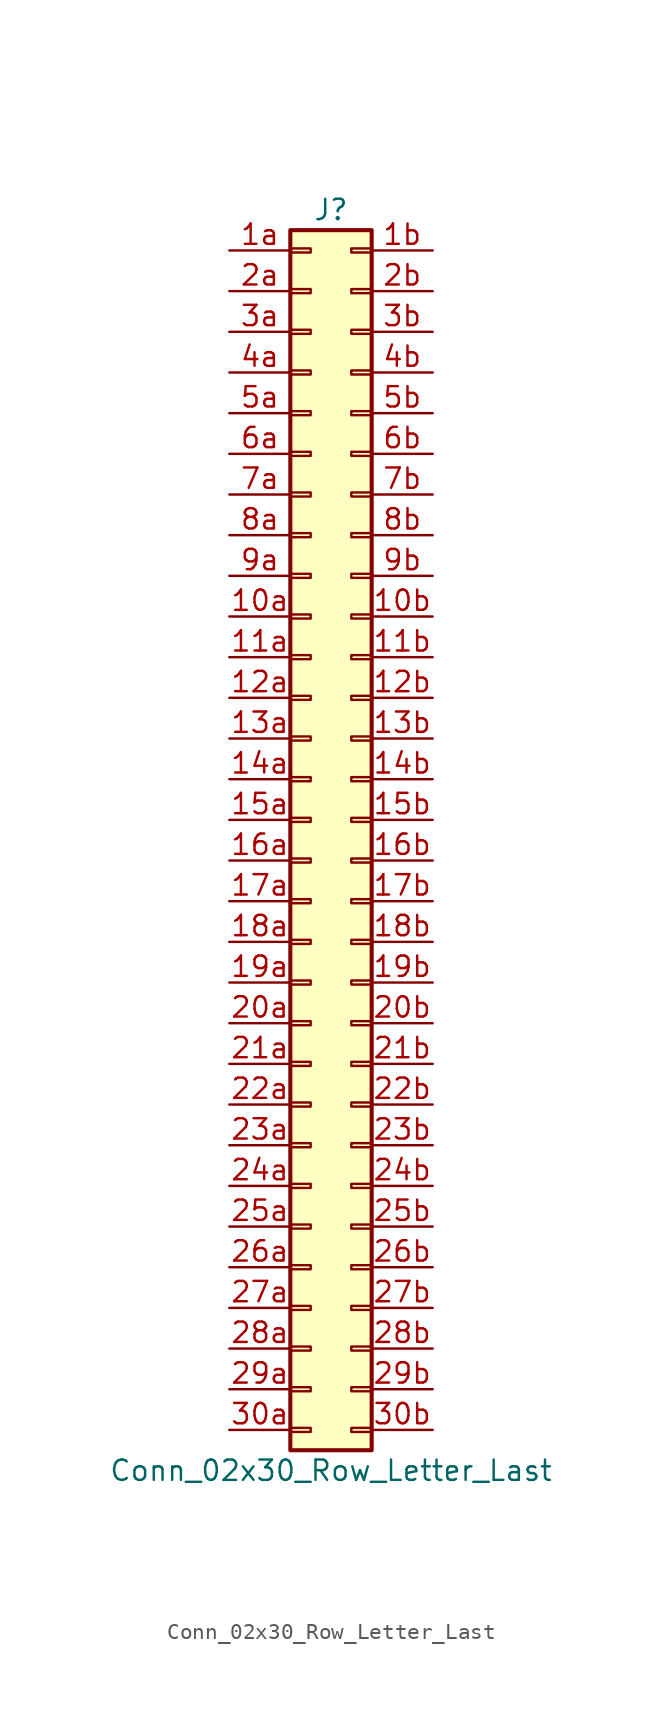
<source format=kicad_sym>
(kicad_symbol_lib
  (version 20201005)
  (generator kicad_symbol_editor)
  (symbol "Conn_02x30_Row_Letter_Last"
    (pin_names
      (offset 1.016) hide)
    (property "Reference" "J"
      (at 1.27 38.1 0)
      (effects (font (size 1.27 1.27))))
    (property "Value" "Conn_02x30_Row_Letter_Last"
      (at 1.27 -40.64 0)
      (effects (font (size 1.27 1.27))))
    (symbol "Conn_02x30_Row_Letter_Last_1_1"
      (rectangle (start -1.27 -37.973) (end 0 -38.227) (stroke (width 0.152)) (fill (type none)))
      (rectangle (start -1.27 -35.433) (end 0 -35.687) (stroke (width 0.152)) (fill (type none)))
      (rectangle (start -1.27 -32.893) (end 0 -33.147) (stroke (width 0.152)) (fill (type none)))
      (rectangle (start -1.27 -30.353) (end 0 -30.607) (stroke (width 0.152)) (fill (type none)))
      (rectangle (start -1.27 -27.813) (end 0 -28.067) (stroke (width 0.152)) (fill (type none)))
      (rectangle (start -1.27 -25.273) (end 0 -25.527) (stroke (width 0.152)) (fill (type none)))
      (rectangle (start -1.27 -22.733) (end 0 -22.987) (stroke (width 0.152)) (fill (type none)))
      (rectangle (start -1.27 -20.193) (end 0 -20.447) (stroke (width 0.152)) (fill (type none)))
      (rectangle (start -1.27 -17.653) (end 0 -17.907) (stroke (width 0.152)) (fill (type none)))
      (rectangle (start -1.27 -15.113) (end 0 -15.367) (stroke (width 0.152)) (fill (type none)))
      (rectangle (start -1.27 -12.573) (end 0 -12.827) (stroke (width 0.152)) (fill (type none)))
      (rectangle (start -1.27 -10.033) (end 0 -10.287) (stroke (width 0.152)) (fill (type none)))
      (rectangle (start -1.27 -7.493) (end 0 -7.747) (stroke (width 0.152)) (fill (type none)))
      (rectangle (start -1.27 -4.953) (end 0 -5.207) (stroke (width 0.152)) (fill (type none)))
      (rectangle (start -1.27 -2.413) (end 0 -2.667) (stroke (width 0.152)) (fill (type none)))
      (rectangle (start -1.27 0.127) (end 0 -0.127) (stroke (width 0.152)) (fill (type none)))
      (rectangle (start -1.27 2.667) (end 0 2.413) (stroke (width 0.152)) (fill (type none)))
      (rectangle (start -1.27 5.207) (end 0 4.953) (stroke (width 0.152)) (fill (type none)))
      (rectangle (start -1.27 7.747) (end 0 7.493) (stroke (width 0.152)) (fill (type none)))
      (rectangle (start -1.27 10.287) (end 0 10.033) (stroke (width 0.152)) (fill (type none)))
      (rectangle (start -1.27 12.827) (end 0 12.573) (stroke (width 0.152)) (fill (type none)))
      (rectangle (start -1.27 15.367) (end 0 15.113) (stroke (width 0.152)) (fill (type none)))
      (rectangle (start -1.27 17.907) (end 0 17.653) (stroke (width 0.152)) (fill (type none)))
      (rectangle (start -1.27 20.447) (end 0 20.193) (stroke (width 0.152)) (fill (type none)))
      (rectangle (start -1.27 22.987) (end 0 22.733) (stroke (width 0.152)) (fill (type none)))
      (rectangle (start -1.27 25.527) (end 0 25.273) (stroke (width 0.152)) (fill (type none)))
      (rectangle (start -1.27 28.067) (end 0 27.813) (stroke (width 0.152)) (fill (type none)))
      (rectangle (start -1.27 30.607) (end 0 30.353) (stroke (width 0.152)) (fill (type none)))
      (rectangle (start -1.27 33.147) (end 0 32.893) (stroke (width 0.152)) (fill (type none)))
      (rectangle (start -1.27 35.687) (end 0 35.433) (stroke (width 0.152)) (fill (type none)))
      (rectangle (start -1.27 36.83) (end 3.81 -39.37) (stroke (width 0.254)) (fill (type background)))
      (rectangle (start 3.81 -37.973) (end 2.54 -38.227) (stroke (width 0.152)) (fill (type none)))
      (rectangle (start 3.81 -35.433) (end 2.54 -35.687) (stroke (width 0.152)) (fill (type none)))
      (rectangle (start 3.81 -32.893) (end 2.54 -33.147) (stroke (width 0.152)) (fill (type none)))
      (rectangle (start 3.81 -30.353) (end 2.54 -30.607) (stroke (width 0.152)) (fill (type none)))
      (rectangle (start 3.81 -27.813) (end 2.54 -28.067) (stroke (width 0.152)) (fill (type none)))
      (rectangle (start 3.81 -25.273) (end 2.54 -25.527) (stroke (width 0.152)) (fill (type none)))
      (rectangle (start 3.81 -22.733) (end 2.54 -22.987) (stroke (width 0.152)) (fill (type none)))
      (rectangle (start 3.81 -20.193) (end 2.54 -20.447) (stroke (width 0.152)) (fill (type none)))
      (rectangle (start 3.81 -17.653) (end 2.54 -17.907) (stroke (width 0.152)) (fill (type none)))
      (rectangle (start 3.81 -15.113) (end 2.54 -15.367) (stroke (width 0.152)) (fill (type none)))
      (rectangle (start 3.81 -12.573) (end 2.54 -12.827) (stroke (width 0.152)) (fill (type none)))
      (rectangle (start 3.81 -10.033) (end 2.54 -10.287) (stroke (width 0.152)) (fill (type none)))
      (rectangle (start 3.81 -7.493) (end 2.54 -7.747) (stroke (width 0.152)) (fill (type none)))
      (rectangle (start 3.81 -4.953) (end 2.54 -5.207) (stroke (width 0.152)) (fill (type none)))
      (rectangle (start 3.81 -2.413) (end 2.54 -2.667) (stroke (width 0.152)) (fill (type none)))
      (rectangle (start 3.81 0.127) (end 2.54 -0.127) (stroke (width 0.152)) (fill (type none)))
      (rectangle (start 3.81 2.667) (end 2.54 2.413) (stroke (width 0.152)) (fill (type none)))
      (rectangle (start 3.81 5.207) (end 2.54 4.953) (stroke (width 0.152)) (fill (type none)))
      (rectangle (start 3.81 7.747) (end 2.54 7.493) (stroke (width 0.152)) (fill (type none)))
      (rectangle (start 3.81 10.287) (end 2.54 10.033) (stroke (width 0.152)) (fill (type none)))
      (rectangle (start 3.81 12.827) (end 2.54 12.573) (stroke (width 0.152)) (fill (type none)))
      (rectangle (start 3.81 15.367) (end 2.54 15.113) (stroke (width 0.152)) (fill (type none)))
      (rectangle (start 3.81 17.907) (end 2.54 17.653) (stroke (width 0.152)) (fill (type none)))
      (rectangle (start 3.81 20.447) (end 2.54 20.193) (stroke (width 0.152)) (fill (type none)))
      (rectangle (start 3.81 22.987) (end 2.54 22.733) (stroke (width 0.152)) (fill (type none)))
      (rectangle (start 3.81 25.527) (end 2.54 25.273) (stroke (width 0.152)) (fill (type none)))
      (rectangle (start 3.81 28.067) (end 2.54 27.813) (stroke (width 0.152)) (fill (type none)))
      (rectangle (start 3.81 30.607) (end 2.54 30.353) (stroke (width 0.152)) (fill (type none)))
      (rectangle (start 3.81 33.147) (end 2.54 32.893) (stroke (width 0.152)) (fill (type none)))
      (rectangle (start 3.81 35.687) (end 2.54 35.433) (stroke (width 0.152)) (fill (type none)))
      (pin passive line (at -5.08 12.7 0) (length 3.81) (name "Pin_10a" (effects (font (size 1.27 1.27)))) (number "10a" (effects (font (size 1.27 1.27)))))
      (pin passive line (at 7.62 12.7 180) (length 3.81) (name "Pin_10b" (effects (font (size 1.27 1.27)))) (number "10b" (effects (font (size 1.27 1.27)))))
      (pin passive line (at -5.08 10.16 0) (length 3.81) (name "Pin_11a" (effects (font (size 1.27 1.27)))) (number "11a" (effects (font (size 1.27 1.27)))))
      (pin passive line (at 7.62 10.16 180) (length 3.81) (name "Pin_11b" (effects (font (size 1.27 1.27)))) (number "11b" (effects (font (size 1.27 1.27)))))
      (pin passive line (at -5.08 7.62 0) (length 3.81) (name "Pin_12a" (effects (font (size 1.27 1.27)))) (number "12a" (effects (font (size 1.27 1.27)))))
      (pin passive line (at 7.62 7.62 180) (length 3.81) (name "Pin_12b" (effects (font (size 1.27 1.27)))) (number "12b" (effects (font (size 1.27 1.27)))))
      (pin passive line (at -5.08 5.08 0) (length 3.81) (name "Pin_13a" (effects (font (size 1.27 1.27)))) (number "13a" (effects (font (size 1.27 1.27)))))
      (pin passive line (at 7.62 5.08 180) (length 3.81) (name "Pin_13b" (effects (font (size 1.27 1.27)))) (number "13b" (effects (font (size 1.27 1.27)))))
      (pin passive line (at -5.08 2.54 0) (length 3.81) (name "Pin_14a" (effects (font (size 1.27 1.27)))) (number "14a" (effects (font (size 1.27 1.27)))))
      (pin passive line (at 7.62 2.54 180) (length 3.81) (name "Pin_14b" (effects (font (size 1.27 1.27)))) (number "14b" (effects (font (size 1.27 1.27)))))
      (pin passive line (at -5.08 0 0) (length 3.81) (name "Pin_15a" (effects (font (size 1.27 1.27)))) (number "15a" (effects (font (size 1.27 1.27)))))
      (pin passive line (at 7.62 0 180) (length 3.81) (name "Pin_15b" (effects (font (size 1.27 1.27)))) (number "15b" (effects (font (size 1.27 1.27)))))
      (pin passive line (at -5.08 -2.54 0) (length 3.81) (name "Pin_16a" (effects (font (size 1.27 1.27)))) (number "16a" (effects (font (size 1.27 1.27)))))
      (pin passive line (at 7.62 -2.54 180) (length 3.81) (name "Pin_16b" (effects (font (size 1.27 1.27)))) (number "16b" (effects (font (size 1.27 1.27)))))
      (pin passive line (at -5.08 -5.08 0) (length 3.81) (name "Pin_17a" (effects (font (size 1.27 1.27)))) (number "17a" (effects (font (size 1.27 1.27)))))
      (pin passive line (at 7.62 -5.08 180) (length 3.81) (name "Pin_17b" (effects (font (size 1.27 1.27)))) (number "17b" (effects (font (size 1.27 1.27)))))
      (pin passive line (at -5.08 -7.62 0) (length 3.81) (name "Pin_18a" (effects (font (size 1.27 1.27)))) (number "18a" (effects (font (size 1.27 1.27)))))
      (pin passive line (at 7.62 -7.62 180) (length 3.81) (name "Pin_18b" (effects (font (size 1.27 1.27)))) (number "18b" (effects (font (size 1.27 1.27)))))
      (pin passive line (at -5.08 -10.16 0) (length 3.81) (name "Pin_19a" (effects (font (size 1.27 1.27)))) (number "19a" (effects (font (size 1.27 1.27)))))
      (pin passive line (at 7.62 -10.16 180) (length 3.81) (name "Pin_19b" (effects (font (size 1.27 1.27)))) (number "19b" (effects (font (size 1.27 1.27)))))
      (pin passive line (at -5.08 35.56 0) (length 3.81) (name "Pin_1a" (effects (font (size 1.27 1.27)))) (number "1a" (effects (font (size 1.27 1.27)))))
      (pin passive line (at 7.62 35.56 180) (length 3.81) (name "Pin_1b" (effects (font (size 1.27 1.27)))) (number "1b" (effects (font (size 1.27 1.27)))))
      (pin passive line (at -5.08 -12.7 0) (length 3.81) (name "Pin_20a" (effects (font (size 1.27 1.27)))) (number "20a" (effects (font (size 1.27 1.27)))))
      (pin passive line (at 7.62 -12.7 180) (length 3.81) (name "Pin_20b" (effects (font (size 1.27 1.27)))) (number "20b" (effects (font (size 1.27 1.27)))))
      (pin passive line (at -5.08 -15.24 0) (length 3.81) (name "Pin_21a" (effects (font (size 1.27 1.27)))) (number "21a" (effects (font (size 1.27 1.27)))))
      (pin passive line (at 7.62 -15.24 180) (length 3.81) (name "Pin_21b" (effects (font (size 1.27 1.27)))) (number "21b" (effects (font (size 1.27 1.27)))))
      (pin passive line (at -5.08 -17.78 0) (length 3.81) (name "Pin_22a" (effects (font (size 1.27 1.27)))) (number "22a" (effects (font (size 1.27 1.27)))))
      (pin passive line (at 7.62 -17.78 180) (length 3.81) (name "Pin_22b" (effects (font (size 1.27 1.27)))) (number "22b" (effects (font (size 1.27 1.27)))))
      (pin passive line (at -5.08 -20.32 0) (length 3.81) (name "Pin_23a" (effects (font (size 1.27 1.27)))) (number "23a" (effects (font (size 1.27 1.27)))))
      (pin passive line (at 7.62 -20.32 180) (length 3.81) (name "Pin_23b" (effects (font (size 1.27 1.27)))) (number "23b" (effects (font (size 1.27 1.27)))))
      (pin passive line (at -5.08 -22.86 0) (length 3.81) (name "Pin_24a" (effects (font (size 1.27 1.27)))) (number "24a" (effects (font (size 1.27 1.27)))))
      (pin passive line (at 7.62 -22.86 180) (length 3.81) (name "Pin_24b" (effects (font (size 1.27 1.27)))) (number "24b" (effects (font (size 1.27 1.27)))))
      (pin passive line (at -5.08 -25.4 0) (length 3.81) (name "Pin_25a" (effects (font (size 1.27 1.27)))) (number "25a" (effects (font (size 1.27 1.27)))))
      (pin passive line (at 7.62 -25.4 180) (length 3.81) (name "Pin_25b" (effects (font (size 1.27 1.27)))) (number "25b" (effects (font (size 1.27 1.27)))))
      (pin passive line (at -5.08 -27.94 0) (length 3.81) (name "Pin_26a" (effects (font (size 1.27 1.27)))) (number "26a" (effects (font (size 1.27 1.27)))))
      (pin passive line (at 7.62 -27.94 180) (length 3.81) (name "Pin_26b" (effects (font (size 1.27 1.27)))) (number "26b" (effects (font (size 1.27 1.27)))))
      (pin passive line (at -5.08 -30.48 0) (length 3.81) (name "Pin_27a" (effects (font (size 1.27 1.27)))) (number "27a" (effects (font (size 1.27 1.27)))))
      (pin passive line (at 7.62 -30.48 180) (length 3.81) (name "Pin_27b" (effects (font (size 1.27 1.27)))) (number "27b" (effects (font (size 1.27 1.27)))))
      (pin passive line (at -5.08 -33.02 0) (length 3.81) (name "Pin_28a" (effects (font (size 1.27 1.27)))) (number "28a" (effects (font (size 1.27 1.27)))))
      (pin passive line (at 7.62 -33.02 180) (length 3.81) (name "Pin_28b" (effects (font (size 1.27 1.27)))) (number "28b" (effects (font (size 1.27 1.27)))))
      (pin passive line (at -5.08 -35.56 0) (length 3.81) (name "Pin_29a" (effects (font (size 1.27 1.27)))) (number "29a" (effects (font (size 1.27 1.27)))))
      (pin passive line (at 7.62 -35.56 180) (length 3.81) (name "Pin_29b" (effects (font (size 1.27 1.27)))) (number "29b" (effects (font (size 1.27 1.27)))))
      (pin passive line (at -5.08 33.02 0) (length 3.81) (name "Pin_2a" (effects (font (size 1.27 1.27)))) (number "2a" (effects (font (size 1.27 1.27)))))
      (pin passive line (at 7.62 33.02 180) (length 3.81) (name "Pin_2b" (effects (font (size 1.27 1.27)))) (number "2b" (effects (font (size 1.27 1.27)))))
      (pin passive line (at -5.08 -38.1 0) (length 3.81) (name "Pin_30a" (effects (font (size 1.27 1.27)))) (number "30a" (effects (font (size 1.27 1.27)))))
      (pin passive line (at 7.62 -38.1 180) (length 3.81) (name "Pin_30b" (effects (font (size 1.27 1.27)))) (number "30b" (effects (font (size 1.27 1.27)))))
      (pin passive line (at -5.08 30.48 0) (length 3.81) (name "Pin_3a" (effects (font (size 1.27 1.27)))) (number "3a" (effects (font (size 1.27 1.27)))))
      (pin passive line (at 7.62 30.48 180) (length 3.81) (name "Pin_3b" (effects (font (size 1.27 1.27)))) (number "3b" (effects (font (size 1.27 1.27)))))
      (pin passive line (at -5.08 27.94 0) (length 3.81) (name "Pin_4a" (effects (font (size 1.27 1.27)))) (number "4a" (effects (font (size 1.27 1.27)))))
      (pin passive line (at 7.62 27.94 180) (length 3.81) (name "Pin_4b" (effects (font (size 1.27 1.27)))) (number "4b" (effects (font (size 1.27 1.27)))))
      (pin passive line (at -5.08 25.4 0) (length 3.81) (name "Pin_5a" (effects (font (size 1.27 1.27)))) (number "5a" (effects (font (size 1.27 1.27)))))
      (pin passive line (at 7.62 25.4 180) (length 3.81) (name "Pin_5b" (effects (font (size 1.27 1.27)))) (number "5b" (effects (font (size 1.27 1.27)))))
      (pin passive line (at -5.08 22.86 0) (length 3.81) (name "Pin_6a" (effects (font (size 1.27 1.27)))) (number "6a" (effects (font (size 1.27 1.27)))))
      (pin passive line (at 7.62 22.86 180) (length 3.81) (name "Pin_6b" (effects (font (size 1.27 1.27)))) (number "6b" (effects (font (size 1.27 1.27)))))
      (pin passive line (at -5.08 20.32 0) (length 3.81) (name "Pin_7a" (effects (font (size 1.27 1.27)))) (number "7a" (effects (font (size 1.27 1.27)))))
      (pin passive line (at 7.62 20.32 180) (length 3.81) (name "Pin_7b" (effects (font (size 1.27 1.27)))) (number "7b" (effects (font (size 1.27 1.27)))))
      (pin passive line (at -5.08 17.78 0) (length 3.81) (name "Pin_8a" (effects (font (size 1.27 1.27)))) (number "8a" (effects (font (size 1.27 1.27)))))
      (pin passive line (at 7.62 17.78 180) (length 3.81) (name "Pin_8b" (effects (font (size 1.27 1.27)))) (number "8b" (effects (font (size 1.27 1.27)))))
      (pin passive line (at -5.08 15.24 0) (length 3.81) (name "Pin_9a" (effects (font (size 1.27 1.27)))) (number "9a" (effects (font (size 1.27 1.27)))))
      (pin passive line (at 7.62 15.24 180) (length 3.81) (name "Pin_9b" (effects (font (size 1.27 1.27)))) (number "9b" (effects (font (size 1.27 1.27))))))))
</source>
